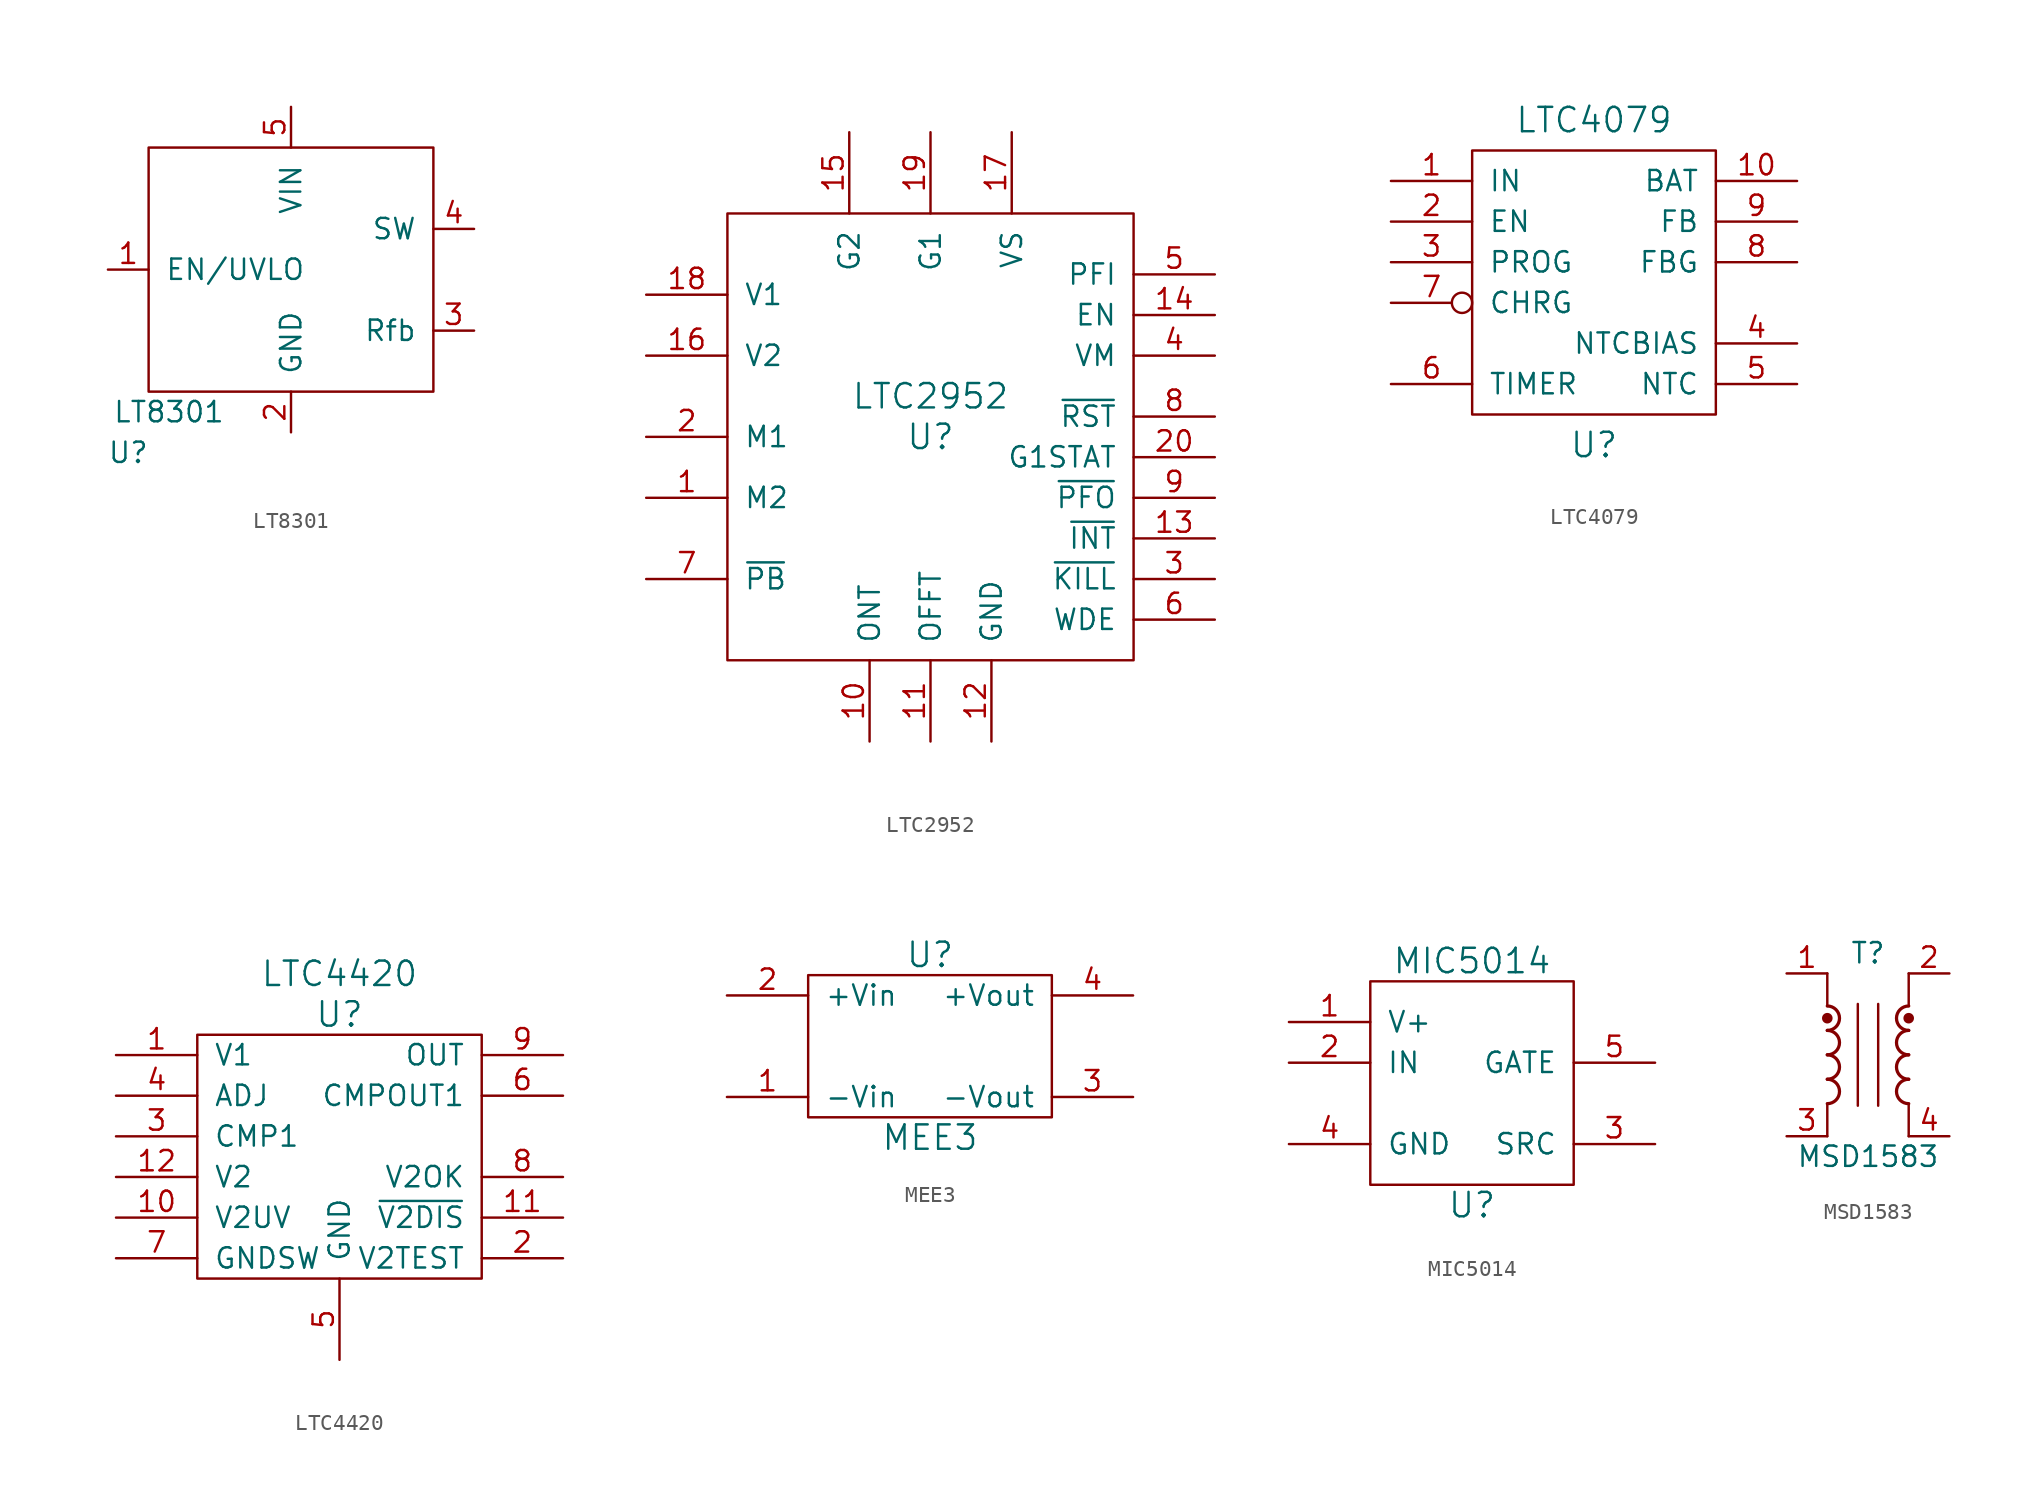
<source format=kicad_sym>
(kicad_symbol_lib
  (version 20211014)
  (generator kicad_symbol_editor)
  (symbol "LT8301"
    (pin_names
      (offset 1.016))
    (property "Reference" "U"
      (at -10.16 -10.16 0)
      (effects (font (size 1.27 1.27))))
    (property "Value" "LT8301"
      (at -7.62 -7.62 0)
      (effects (font (size 1.27 1.27))))
    (symbol "LT8301_0_1"
      (rectangle (start -8.89 8.89) (end 8.89 -6.35) (stroke (width 0) (type default) (color 0 0 0 0)) (fill (type none))))
    (symbol "LT8301_1_1"
      (pin input line (at -11.43 1.27 0) (length 2.54) (name "EN/UVLO" (effects (font (size 1.27 1.27)))) (number "1" (effects (font (size 1.27 1.27)))))
      (pin power_in line (at 0 -8.89 90) (length 2.54) (name "GND" (effects (font (size 1.27 1.27)))) (number "2" (effects (font (size 1.27 1.27)))))
      (pin input line (at 11.43 -2.54 180) (length 2.54) (name "Rfb" (effects (font (size 1.27 1.27)))) (number "3" (effects (font (size 1.27 1.27)))))
      (pin input line (at 11.43 3.81 180) (length 2.54) (name "SW" (effects (font (size 1.27 1.27)))) (number "4" (effects (font (size 1.27 1.27)))))
      (pin power_in line (at 0 11.43 270) (length 2.54) (name "VIN" (effects (font (size 1.27 1.27)))) (number "5" (effects (font (size 1.27 1.27)))))))
  (symbol "LTC2952"
    (pin_names
      (offset 1.016))
    (property "Reference" "U"
      (at 0 0 0)
      (effects (font (size 1.524 1.524))))
    (property "Value" "LTC2952"
      (at 0 2.54 0)
      (effects (font (size 1.524 1.524))))
    (symbol "LTC2952_0_1"
      (rectangle (start -12.7 13.97) (end 12.7 -13.97) (stroke (width 0) (type default) (color 0 0 0 0)) (fill (type none))))
    (symbol "LTC2952_1_1"
      (pin input line (at -17.78 -3.81 0) (length 5.08) (name "M2" (effects (font (size 1.27 1.27)))) (number "1" (effects (font (size 1.27 1.27)))))
      (pin passive line (at -3.81 -19.05 90) (length 5.08) (name "ONT" (effects (font (size 1.27 1.27)))) (number "10" (effects (font (size 1.27 1.27)))))
      (pin passive line (at 0 -19.05 90) (length 5.08) (name "OFFT" (effects (font (size 1.27 1.27)))) (number "11" (effects (font (size 1.27 1.27)))))
      (pin power_in line (at 3.81 -19.05 90) (length 5.08) (name "GND" (effects (font (size 1.27 1.27)))) (number "12" (effects (font (size 1.27 1.27)))))
      (pin output line (at 17.78 -6.35 180) (length 5.08) (name "~{INT}" (effects (font (size 1.27 1.27)))) (number "13" (effects (font (size 1.27 1.27)))))
      (pin output line (at 17.78 7.62 180) (length 5.08) (name "EN" (effects (font (size 1.27 1.27)))) (number "14" (effects (font (size 1.27 1.27)))))
      (pin output line (at -5.08 19.05 270) (length 5.08) (name "G2" (effects (font (size 1.27 1.27)))) (number "15" (effects (font (size 1.27 1.27)))))
      (pin input line (at -17.78 5.08 0) (length 5.08) (name "V2" (effects (font (size 1.27 1.27)))) (number "16" (effects (font (size 1.27 1.27)))))
      (pin input line (at 5.08 19.05 270) (length 5.08) (name "VS" (effects (font (size 1.27 1.27)))) (number "17" (effects (font (size 1.27 1.27)))))
      (pin input line (at -17.78 8.89 0) (length 5.08) (name "V1" (effects (font (size 1.27 1.27)))) (number "18" (effects (font (size 1.27 1.27)))))
      (pin output line (at 0 19.05 270) (length 5.08) (name "G1" (effects (font (size 1.27 1.27)))) (number "19" (effects (font (size 1.27 1.27)))))
      (pin input line (at -17.78 0 0) (length 5.08) (name "M1" (effects (font (size 1.27 1.27)))) (number "2" (effects (font (size 1.27 1.27)))))
      (pin output line (at 17.78 -1.27 180) (length 5.08) (name "G1STAT" (effects (font (size 1.27 1.27)))) (number "20" (effects (font (size 1.27 1.27)))))
      (pin input line (at 17.78 -8.89 180) (length 5.08) (name "~{KILL}" (effects (font (size 1.27 1.27)))) (number "3" (effects (font (size 1.27 1.27)))))
      (pin input line (at 17.78 5.08 180) (length 5.08) (name "VM" (effects (font (size 1.27 1.27)))) (number "4" (effects (font (size 1.27 1.27)))))
      (pin input line (at 17.78 10.16 180) (length 5.08) (name "PFI" (effects (font (size 1.27 1.27)))) (number "5" (effects (font (size 1.27 1.27)))))
      (pin input line (at 17.78 -11.43 180) (length 5.08) (name "WDE" (effects (font (size 1.27 1.27)))) (number "6" (effects (font (size 1.27 1.27)))))
      (pin input line (at -17.78 -8.89 0) (length 5.08) (name "~{PB}" (effects (font (size 1.27 1.27)))) (number "7" (effects (font (size 1.27 1.27)))))
      (pin output line (at 17.78 1.27 180) (length 5.08) (name "~{RST}" (effects (font (size 1.27 1.27)))) (number "8" (effects (font (size 1.27 1.27)))))
      (pin output line (at 17.78 -3.81 180) (length 5.08) (name "~{PFO}" (effects (font (size 1.27 1.27)))) (number "9" (effects (font (size 1.27 1.27)))))))
  (symbol "LTC4079"
    (pin_names
      (offset 1.016))
    (property "Reference" "U"
      (at 0 -10.16 0)
      (effects (font (size 1.524 1.524))))
    (property "Value" "LTC4079"
      (at 0 10.16 0)
      (effects (font (size 1.524 1.524))))
    (symbol "LTC4079_0_1"
      (rectangle (start -7.62 8.255) (end 7.62 -8.255) (stroke (width 0) (type default) (color 0 0 0 0)) (fill (type none))))
    (symbol "LTC4079_1_1"
      (pin input line (at -12.7 6.35 0) (length 5.08) (name "IN" (effects (font (size 1.27 1.27)))) (number "1" (effects (font (size 1.27 1.27)))))
      (pin input line (at 12.7 6.35 180) (length 5.08) (name "BAT" (effects (font (size 1.27 1.27)))) (number "10" (effects (font (size 1.27 1.27)))))
      (pin input line (at -12.7 3.81 0) (length 5.08) (name "EN" (effects (font (size 1.27 1.27)))) (number "2" (effects (font (size 1.27 1.27)))))
      (pin input line (at -12.7 1.27 0) (length 5.08) (name "PROG" (effects (font (size 1.27 1.27)))) (number "3" (effects (font (size 1.27 1.27)))))
      (pin input line (at 12.7 -3.81 180) (length 5.08) (name "NTCBIAS" (effects (font (size 1.27 1.27)))) (number "4" (effects (font (size 1.27 1.27)))))
      (pin input line (at 12.7 -6.35 180) (length 5.08) (name "NTC" (effects (font (size 1.27 1.27)))) (number "5" (effects (font (size 1.27 1.27)))))
      (pin input line (at -12.7 -6.35 0) (length 5.08) (name "TIMER" (effects (font (size 1.27 1.27)))) (number "6" (effects (font (size 1.27 1.27)))))
      (pin open_collector inverted (at -12.7 -1.27 0) (length 5.08) (name "CHRG" (effects (font (size 1.27 1.27)))) (number "7" (effects (font (size 1.27 1.27)))))
      (pin input line (at 12.7 1.27 180) (length 5.08) (name "FBG" (effects (font (size 1.27 1.27)))) (number "8" (effects (font (size 1.27 1.27)))))
      (pin input line (at 12.7 3.81 180) (length 5.08) (name "FB" (effects (font (size 1.27 1.27)))) (number "9" (effects (font (size 1.27 1.27)))))))
  (symbol "LTC4420"
    (pin_names
      (offset 1.016))
    (property "Reference" "U"
      (at 0 8.89 0)
      (effects (font (size 1.524 1.524))))
    (property "Value" "LTC4420"
      (at 0 11.43 0)
      (effects (font (size 1.524 1.524))))
    (symbol "LTC4420_1_1"
      (rectangle (start -8.89 7.62) (end 8.89 -7.62) (stroke (width 0) (type default) (color 0 0 0 0)) (fill (type none)))
      (pin input line (at -13.97 6.35 0) (length 5.08) (name "V1" (effects (font (size 1.27 1.27)))) (number "1" (effects (font (size 1.27 1.27)))))
      (pin input line (at -13.97 -3.81 0) (length 5.08) (name "V2UV" (effects (font (size 1.27 1.27)))) (number "10" (effects (font (size 1.27 1.27)))))
      (pin input line (at 13.97 -3.81 180) (length 5.08) (name "~{V2DIS}" (effects (font (size 1.27 1.27)))) (number "11" (effects (font (size 1.27 1.27)))))
      (pin input line (at -13.97 -1.27 0) (length 5.08) (name "V2" (effects (font (size 1.27 1.27)))) (number "12" (effects (font (size 1.27 1.27)))))
      (pin input line (at 0 -12.7 90) (length 5.08) hide (name "GND" (effects (font (size 1.27 1.27)))) (number "13" (effects (font (size 1.27 1.27)))))
      (pin input line (at 13.97 -6.35 180) (length 5.08) (name "V2TEST" (effects (font (size 1.27 1.27)))) (number "2" (effects (font (size 1.27 1.27)))))
      (pin input line (at -13.97 1.27 0) (length 5.08) (name "CMP1" (effects (font (size 1.27 1.27)))) (number "3" (effects (font (size 1.27 1.27)))))
      (pin input line (at -13.97 3.81 0) (length 5.08) (name "ADJ" (effects (font (size 1.27 1.27)))) (number "4" (effects (font (size 1.27 1.27)))))
      (pin input line (at 0 -12.7 90) (length 5.08) (name "GND" (effects (font (size 1.27 1.27)))) (number "5" (effects (font (size 1.27 1.27)))))
      (pin input line (at 13.97 3.81 180) (length 5.08) (name "CMPOUT1" (effects (font (size 1.27 1.27)))) (number "6" (effects (font (size 1.27 1.27)))))
      (pin input line (at -13.97 -6.35 0) (length 5.08) (name "GNDSW" (effects (font (size 1.27 1.27)))) (number "7" (effects (font (size 1.27 1.27)))))
      (pin input line (at 13.97 -1.27 180) (length 5.08) (name "V2OK" (effects (font (size 1.27 1.27)))) (number "8" (effects (font (size 1.27 1.27)))))
      (pin input line (at 13.97 6.35 180) (length 5.08) (name "OUT" (effects (font (size 1.27 1.27)))) (number "9" (effects (font (size 1.27 1.27)))))))
  (symbol "MEE3"
    (pin_names
      (offset 1.016))
    (property "Reference" "U"
      (at 0 1.27 0)
      (effects (font (size 1.524 1.524))))
    (property "Value" "MEE3"
      (at 0 -10.16 0)
      (effects (font (size 1.524 1.524))))
    (symbol "MEE3_0_1"
      (rectangle (start -7.62 0) (end 7.62 -8.89) (stroke (width 0) (type default) (color 0 0 0 0)) (fill (type none))))
    (symbol "MEE3_1_1"
      (pin power_in line (at -12.7 -7.62 0) (length 5.08) (name "-Vin" (effects (font (size 1.27 1.27)))) (number "1" (effects (font (size 1.27 1.27)))))
      (pin power_in line (at -12.7 -1.27 0) (length 5.08) (name "+Vin" (effects (font (size 1.27 1.27)))) (number "2" (effects (font (size 1.27 1.27)))))
      (pin power_out line (at 12.7 -7.62 180) (length 5.08) (name "-Vout" (effects (font (size 1.27 1.27)))) (number "3" (effects (font (size 1.27 1.27)))))
      (pin power_out line (at 12.7 -1.27 180) (length 5.08) (name "+Vout" (effects (font (size 1.27 1.27)))) (number "4" (effects (font (size 1.27 1.27)))))))
  (symbol "MIC5014"
    (pin_names
      (offset 1.016))
    (property "Reference" "U"
      (at 0 -7.62 0)
      (effects (font (size 1.524 1.524))))
    (property "Value" "MIC5014"
      (at 0 7.62 0)
      (effects (font (size 1.524 1.524))))
    (symbol "MIC5014_0_1"
      (rectangle (start -6.35 6.35) (end 6.35 -6.35) (stroke (width 0) (type default) (color 0 0 0 0)) (fill (type none))))
    (symbol "MIC5014_1_1"
      (pin input line (at -11.43 3.81 0) (length 5.08) (name "V+" (effects (font (size 1.27 1.27)))) (number "1" (effects (font (size 1.27 1.27)))))
      (pin input line (at -11.43 1.27 0) (length 5.08) (name "IN" (effects (font (size 1.27 1.27)))) (number "2" (effects (font (size 1.27 1.27)))))
      (pin input line (at 11.43 -3.81 180) (length 5.08) (name "SRC" (effects (font (size 1.27 1.27)))) (number "3" (effects (font (size 1.27 1.27)))))
      (pin input line (at -11.43 -3.81 0) (length 5.08) (name "GND" (effects (font (size 1.27 1.27)))) (number "4" (effects (font (size 1.27 1.27)))))
      (pin output line (at 11.43 1.27 180) (length 5.08) (name "GATE" (effects (font (size 1.27 1.27)))) (number "5" (effects (font (size 1.27 1.27)))))))
  (symbol "MSD1583"
    (pin_names hide)
    (property "Reference" "T"
      (at 0 6.35 0)
      (effects (font (size 1.27 1.27))))
    (property "Value" "MSD1583"
      (at 0 -6.35 0)
      (effects (font (size 1.27 1.27))))
    (symbol "MSD1583_0_1"
      (arc (start -2.54 -3.048) (mid -1.778 -2.286) (end -2.54 -1.524) (stroke (width 0.2032) (type default) (color 0 0 0 0)) (fill (type none)))
      (arc (start -2.54 -1.524) (mid -1.778 -0.762) (end -2.54 0) (stroke (width 0.2032) (type default) (color 0 0 0 0)) (fill (type none)))
      (arc (start -2.54 0) (mid -1.778 0.762) (end -2.54 1.524) (stroke (width 0.2032) (type default) (color 0 0 0 0)) (fill (type none)))
      (circle (center -2.54 2.286) (radius 0.254) (stroke (width 0) (type default) (color 0 0 0 0)) (fill (type outline)))
      (polyline (pts (xy -2.54 -3.048) (xy -2.54 -5.08)) (stroke (width 0) (type default) (color 0 0 0 0)) (fill (type none)))
      (polyline (pts (xy -2.54 5.08) (xy -2.54 3.048)) (stroke (width 0) (type default) (color 0 0 0 0)) (fill (type none)))
      (polyline (pts (xy -0.635 3.175) (xy -0.635 -3.175)) (stroke (width 0) (type default) (color 0 0 0 0)) (fill (type none)))
      (polyline (pts (xy 0.635 3.175) (xy 0.635 -3.175)) (stroke (width 0) (type default) (color 0 0 0 0)) (fill (type none)))
      (polyline (pts (xy 2.54 -3.048) (xy 2.54 -5.08)) (stroke (width 0) (type default) (color 0 0 0 0)) (fill (type none)))
      (polyline (pts (xy 2.54 5.08) (xy 2.54 3.048)) (stroke (width 0) (type default) (color 0 0 0 0)) (fill (type none)))
      (arc (start 2.54 -1.524) (mid 1.778 -2.286) (end 2.54 -3.048) (stroke (width 0.2032) (type default) (color 0 0 0 0)) (fill (type none)))
      (arc (start 2.54 0) (mid 1.778 -0.762) (end 2.54 -1.524) (stroke (width 0.2032) (type default) (color 0 0 0 0)) (fill (type none)))
      (arc (start 2.54 1.524) (mid 1.778 0.762) (end 2.54 0) (stroke (width 0.2032) (type default) (color 0 0 0 0)) (fill (type none)))
      (circle (center 2.54 2.286) (radius 0.254) (stroke (width 0) (type default) (color 0 0 0 0)) (fill (type outline)))
      (arc (start 2.54 3.048) (mid 1.778 2.286) (end 2.54 1.524) (stroke (width 0.2032) (type default) (color 0 0 0 0)) (fill (type none))))
    (symbol "MSD1583_1_1"
      (arc (start -2.54 1.524) (mid -1.778 2.286) (end -2.54 3.048) (stroke (width 0.2032) (type default) (color 0 0 0 0)) (fill (type none)))
      (pin passive line (at -5.08 5.08 0) (length 2.54) (name "~" (effects (font (size 1.27 1.27)))) (number "1" (effects (font (size 1.27 1.27)))))
      (pin passive line (at 5.08 5.08 180) (length 2.54) (name "~" (effects (font (size 1.27 1.27)))) (number "2" (effects (font (size 1.27 1.27)))))
      (pin passive line (at -5.08 -5.08 0) (length 2.54) (name "~" (effects (font (size 1.27 1.27)))) (number "3" (effects (font (size 1.27 1.27)))))
      (pin passive line (at 5.08 -5.08 180) (length 2.54) (name "~" (effects (font (size 1.27 1.27)))) (number "4" (effects (font (size 1.27 1.27))))))))
</source>
